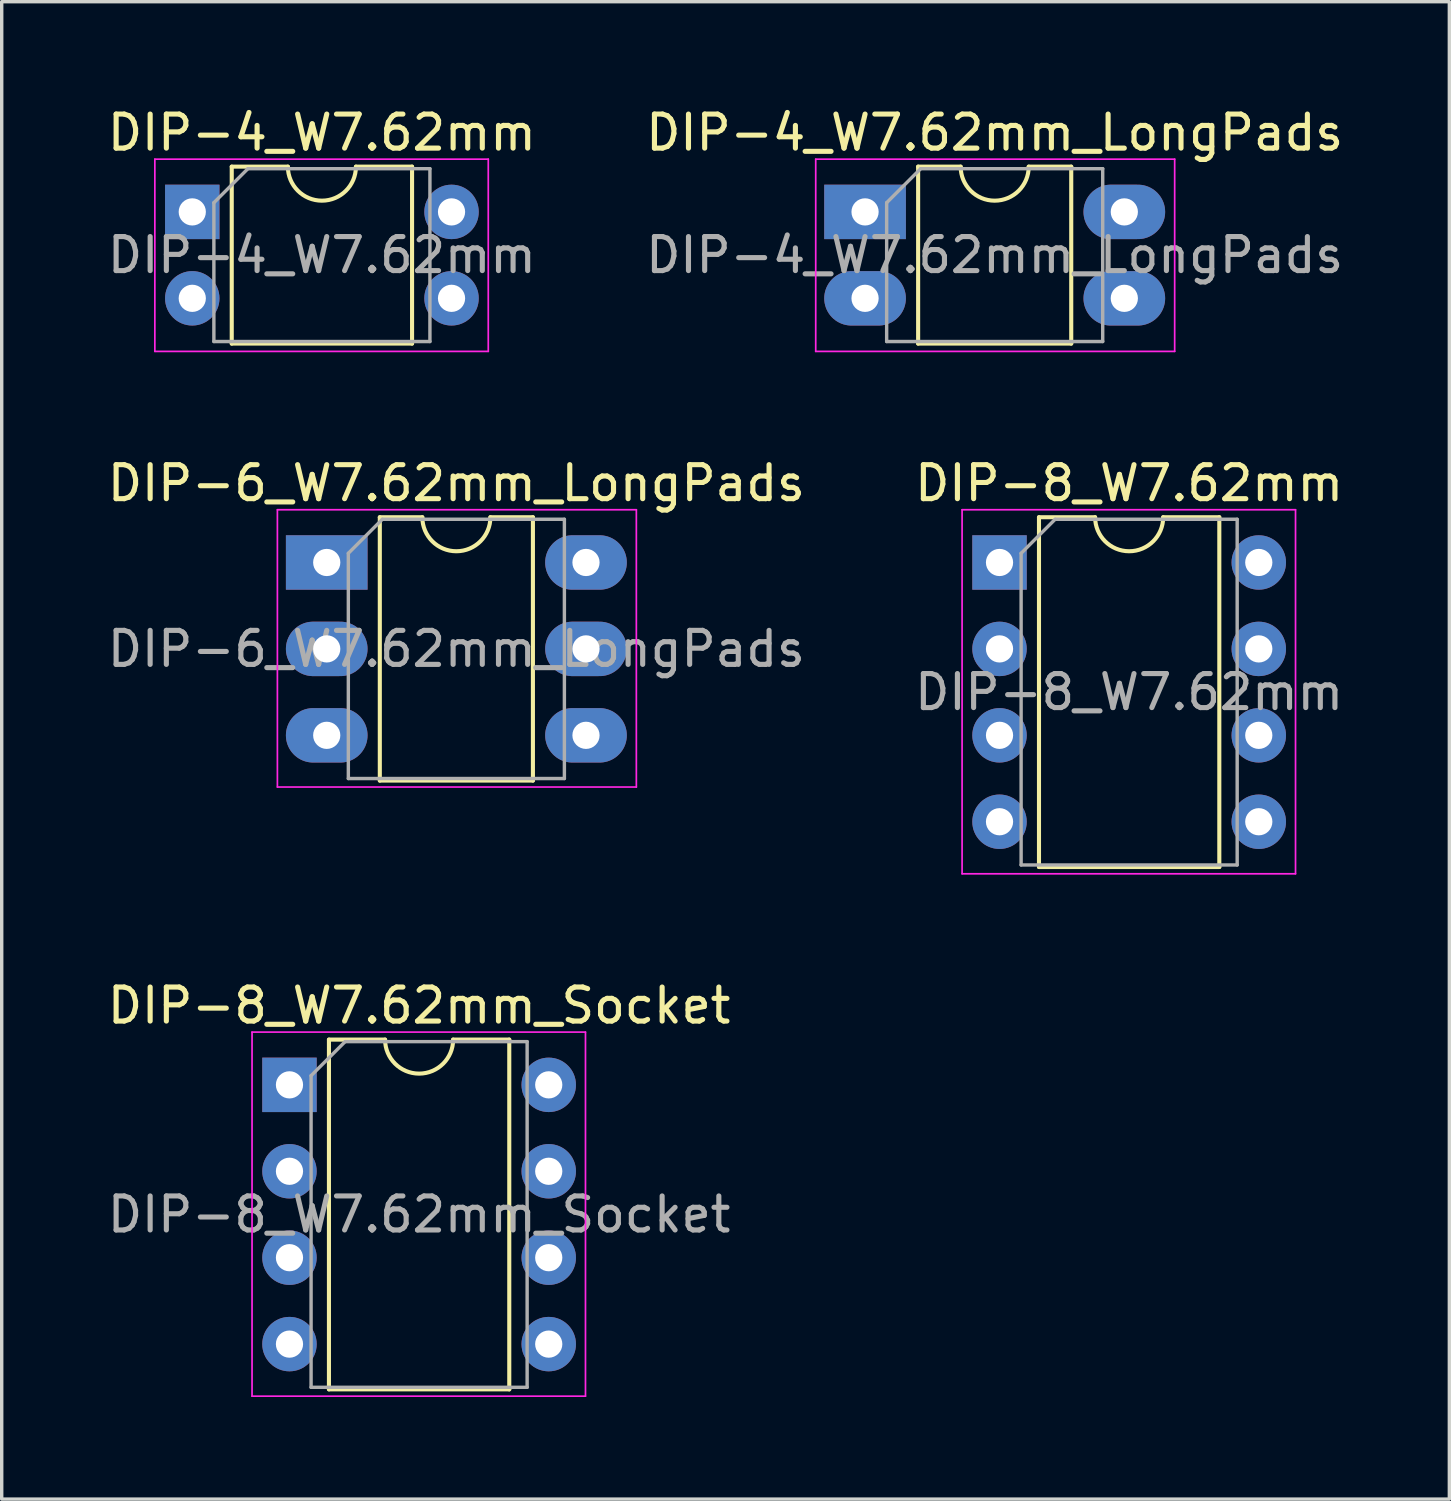
<source format=kicad_pcb>
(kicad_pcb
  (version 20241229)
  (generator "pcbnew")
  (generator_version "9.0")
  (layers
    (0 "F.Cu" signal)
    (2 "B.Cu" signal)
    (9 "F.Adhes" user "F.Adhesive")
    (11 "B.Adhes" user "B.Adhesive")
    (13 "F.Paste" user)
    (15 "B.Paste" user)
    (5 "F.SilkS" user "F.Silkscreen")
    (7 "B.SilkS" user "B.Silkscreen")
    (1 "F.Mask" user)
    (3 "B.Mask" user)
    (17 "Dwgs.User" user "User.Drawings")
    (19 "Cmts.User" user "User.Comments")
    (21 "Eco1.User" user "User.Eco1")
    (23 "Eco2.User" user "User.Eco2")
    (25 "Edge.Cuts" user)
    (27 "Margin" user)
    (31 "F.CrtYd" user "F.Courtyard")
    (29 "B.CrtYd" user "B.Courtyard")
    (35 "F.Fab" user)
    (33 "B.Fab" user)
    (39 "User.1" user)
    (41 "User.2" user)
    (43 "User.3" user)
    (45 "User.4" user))
  (footprint "DIP-8_W7.62mm"
    (layer "F.Cu")
    (at 26.327 13.482)
    (property "Reference" "DIP-8_W7.62mm" (at 3.81 -2.33 0) (layer "F.SilkS") (effects (font (size 1 1) (thickness 0.15))))
    (attr through_hole)
    (fp_line (start 1.16 -1.33) (end 1.16 8.95) (stroke (width 0.12) (type solid)) (layer "F.SilkS"))
    (fp_line (start 1.16 8.95) (end 6.46 8.95) (stroke (width 0.12) (type solid)) (layer "F.SilkS"))
    (fp_line (start 2.81 -1.33) (end 1.16 -1.33) (stroke (width 0.12) (type solid)) (layer "F.SilkS"))
    (fp_line (start 6.46 -1.33) (end 4.81 -1.33) (stroke (width 0.12) (type solid)) (layer "F.SilkS"))
    (fp_line (start 6.46 8.95) (end 6.46 -1.33) (stroke (width 0.12) (type solid)) (layer "F.SilkS"))
    (fp_arc (start 4.81 -1.33) (mid 3.81 -0.33) (end 2.81 -1.33) (stroke (width 0.12) (type solid)) (layer "F.SilkS"))
    (fp_line (start -1.1 -1.55) (end -1.1 9.15) (stroke (width 0.05) (type solid)) (layer "F.CrtYd"))
    (fp_line (start -1.1 9.15) (end 8.7 9.15) (stroke (width 0.05) (type solid)) (layer "F.CrtYd"))
    (fp_line (start 8.7 -1.55) (end -1.1 -1.55) (stroke (width 0.05) (type solid)) (layer "F.CrtYd"))
    (fp_line (start 8.7 9.15) (end 8.7 -1.55) (stroke (width 0.05) (type solid)) (layer "F.CrtYd"))
    (fp_line (start 0.635 -0.27) (end 1.635 -1.27) (stroke (width 0.1) (type solid)) (layer "F.Fab"))
    (fp_line (start 0.635 8.89) (end 0.635 -0.27) (stroke (width 0.1) (type solid)) (layer "F.Fab"))
    (fp_line (start 1.635 -1.27) (end 6.985 -1.27) (stroke (width 0.1) (type solid)) (layer "F.Fab"))
    (fp_line (start 6.985 -1.27) (end 6.985 8.89) (stroke (width 0.1) (type solid)) (layer "F.Fab"))
    (fp_line (start 6.985 8.89) (end 0.635 8.89) (stroke (width 0.1) (type solid)) (layer "F.Fab"))
    (fp_text user "${REFERENCE}" (at 3.81 3.81 0) (layer "F.Fab") (effects (font (size 1 1) (thickness 0.15))))
    (pad "1" thru_hole rect (at 0 0) (size 1.6 1.6) (drill 0.8) (layers "*.Cu" "*.Mask"))
    (pad "2" thru_hole oval (at 0 2.54) (size 1.6 1.6) (drill 0.8) (layers "*.Cu" "*.Mask"))
    (pad "3" thru_hole oval (at 0 5.08) (size 1.6 1.6) (drill 0.8) (layers "*.Cu" "*.Mask"))
    (pad "4" thru_hole oval (at 0 7.62) (size 1.6 1.6) (drill 0.8) (layers "*.Cu" "*.Mask"))
    (pad "5" thru_hole oval (at 7.62 7.62) (size 1.6 1.6) (drill 0.8) (layers "*.Cu" "*.Mask"))
    (pad "6" thru_hole oval (at 7.62 5.08) (size 1.6 1.6) (drill 0.8) (layers "*.Cu" "*.Mask"))
    (pad "7" thru_hole oval (at 7.62 2.54) (size 1.6 1.6) (drill 0.8) (layers "*.Cu" "*.Mask"))
    (pad "8" thru_hole oval (at 7.62 0) (size 1.6 1.6) (drill 0.8) (layers "*.Cu" "*.Mask")))
  (footprint "DIP-6_W7.62mm_LongPads"
    (layer "F.Cu")
    (at 6.553 13.482)
    (property "Reference" "DIP-6_W7.62mm_LongPads" (at 3.81 -2.33 0) (layer "F.SilkS") (effects (font (size 1 1) (thickness 0.15))))
    (attr through_hole)
    (fp_line (start 1.56 -1.33) (end 1.56 6.41) (stroke (width 0.12) (type solid)) (layer "F.SilkS"))
    (fp_line (start 1.56 6.41) (end 6.06 6.41) (stroke (width 0.12) (type solid)) (layer "F.SilkS"))
    (fp_line (start 2.81 -1.33) (end 1.56 -1.33) (stroke (width 0.12) (type solid)) (layer "F.SilkS"))
    (fp_line (start 6.06 -1.33) (end 4.81 -1.33) (stroke (width 0.12) (type solid)) (layer "F.SilkS"))
    (fp_line (start 6.06 6.41) (end 6.06 -1.33) (stroke (width 0.12) (type solid)) (layer "F.SilkS"))
    (fp_arc (start 4.81 -1.33) (mid 3.81 -0.33) (end 2.81 -1.33) (stroke (width 0.12) (type solid)) (layer "F.SilkS"))
    (fp_line (start -1.45 -1.55) (end -1.45 6.6) (stroke (width 0.05) (type solid)) (layer "F.CrtYd"))
    (fp_line (start -1.45 6.6) (end 9.1 6.6) (stroke (width 0.05) (type solid)) (layer "F.CrtYd"))
    (fp_line (start 9.1 -1.55) (end -1.45 -1.55) (stroke (width 0.05) (type solid)) (layer "F.CrtYd"))
    (fp_line (start 9.1 6.6) (end 9.1 -1.55) (stroke (width 0.05) (type solid)) (layer "F.CrtYd"))
    (fp_line (start 0.635 -0.27) (end 1.635 -1.27) (stroke (width 0.1) (type solid)) (layer "F.Fab"))
    (fp_line (start 0.635 6.35) (end 0.635 -0.27) (stroke (width 0.1) (type solid)) (layer "F.Fab"))
    (fp_line (start 1.635 -1.27) (end 6.985 -1.27) (stroke (width 0.1) (type solid)) (layer "F.Fab"))
    (fp_line (start 6.985 -1.27) (end 6.985 6.35) (stroke (width 0.1) (type solid)) (layer "F.Fab"))
    (fp_line (start 6.985 6.35) (end 0.635 6.35) (stroke (width 0.1) (type solid)) (layer "F.Fab"))
    (fp_text user "${REFERENCE}" (at 3.81 2.54 0) (layer "F.Fab") (effects (font (size 1 1) (thickness 0.15))))
    (pad "1" thru_hole rect (at 0 0) (size 2.4 1.6) (drill 0.8) (layers "*.Cu" "*.Mask"))
    (pad "2" thru_hole oval (at 0 2.54) (size 2.4 1.6) (drill 0.8) (layers "*.Cu" "*.Mask"))
    (pad "3" thru_hole oval (at 0 5.08) (size 2.4 1.6) (drill 0.8) (layers "*.Cu" "*.Mask"))
    (pad "4" thru_hole oval (at 7.62 5.08) (size 2.4 1.6) (drill 0.8) (layers "*.Cu" "*.Mask"))
    (pad "5" thru_hole oval (at 7.62 2.54) (size 2.4 1.6) (drill 0.8) (layers "*.Cu" "*.Mask"))
    (pad "6" thru_hole oval (at 7.62 0) (size 2.4 1.6) (drill 0.8) (layers "*.Cu" "*.Mask")))
  (footprint "DIP-8_W7.62mm_Socket"
    (layer "F.Cu")
    (at 5.458 28.835)
    (property "Reference" "DIP-8_W7.62mm_Socket" (at 3.81 -2.33 0) (layer "F.SilkS") (effects (font (size 1 1) (thickness 0.15))))
    (attr through_hole)
    (fp_line (start 1.16 -1.33) (end 1.16 8.95) (stroke (width 0.12) (type solid)) (layer "F.SilkS"))
    (fp_line (start 1.16 8.95) (end 6.46 8.95) (stroke (width 0.12) (type solid)) (layer "F.SilkS"))
    (fp_line (start 2.81 -1.33) (end 1.16 -1.33) (stroke (width 0.12) (type solid)) (layer "F.SilkS"))
    (fp_line (start 6.46 -1.33) (end 4.81 -1.33) (stroke (width 0.12) (type solid)) (layer "F.SilkS"))
    (fp_line (start 6.46 8.95) (end 6.46 -1.33) (stroke (width 0.12) (type solid)) (layer "F.SilkS"))
    (fp_arc (start 4.81 -1.33) (mid 3.81 -0.33) (end 2.81 -1.33) (stroke (width 0.12) (type solid)) (layer "F.SilkS"))
    (fp_line (start -1.1 -1.55) (end -1.1 9.15) (stroke (width 0.05) (type solid)) (layer "F.CrtYd"))
    (fp_line (start -1.1 9.15) (end 8.7 9.15) (stroke (width 0.05) (type solid)) (layer "F.CrtYd"))
    (fp_line (start 8.7 -1.55) (end -1.1 -1.55) (stroke (width 0.05) (type solid)) (layer "F.CrtYd"))
    (fp_line (start 8.7 9.15) (end 8.7 -1.55) (stroke (width 0.05) (type solid)) (layer "F.CrtYd"))
    (fp_line (start 0.635 -0.27) (end 1.635 -1.27) (stroke (width 0.1) (type solid)) (layer "F.Fab"))
    (fp_line (start 0.635 8.89) (end 0.635 -0.27) (stroke (width 0.1) (type solid)) (layer "F.Fab"))
    (fp_line (start 1.635 -1.27) (end 6.985 -1.27) (stroke (width 0.1) (type solid)) (layer "F.Fab"))
    (fp_line (start 6.985 -1.27) (end 6.985 8.89) (stroke (width 0.1) (type solid)) (layer "F.Fab"))
    (fp_line (start 6.985 8.89) (end 0.635 8.89) (stroke (width 0.1) (type solid)) (layer "F.Fab"))
    (fp_text user "${REFERENCE}" (at 3.81 3.81 0) (layer "F.Fab") (effects (font (size 1 1) (thickness 0.15))))
    (pad "1" thru_hole rect (at 0 0) (size 1.6 1.6) (drill 0.8) (layers "*.Cu" "*.Mask"))
    (pad "2" thru_hole oval (at 0 2.54) (size 1.6 1.6) (drill 0.8) (layers "*.Cu" "*.Mask"))
    (pad "3" thru_hole oval (at 0 5.08) (size 1.6 1.6) (drill 0.8) (layers "*.Cu" "*.Mask"))
    (pad "4" thru_hole oval (at 0 7.62) (size 1.6 1.6) (drill 0.8) (layers "*.Cu" "*.Mask"))
    (pad "5" thru_hole oval (at 7.62 7.62) (size 1.6 1.6) (drill 0.8) (layers "*.Cu" "*.Mask"))
    (pad "6" thru_hole oval (at 7.62 5.08) (size 1.6 1.6) (drill 0.8) (layers "*.Cu" "*.Mask"))
    (pad "7" thru_hole oval (at 7.62 2.54) (size 1.6 1.6) (drill 0.8) (layers "*.Cu" "*.Mask"))
    (pad "8" thru_hole oval (at 7.62 0) (size 1.6 1.6) (drill 0.8) (layers "*.Cu" "*.Mask")))
  (footprint "DIP-4_W7.62mm_LongPads"
    (layer "F.Cu")
    (at 22.375 3.178)
    (property "Reference" "DIP-4_W7.62mm_LongPads" (at 3.81 -2.33 0) (layer "F.SilkS") (effects (font (size 1 1) (thickness 0.15))))
    (attr through_hole)
    (fp_line (start 1.56 -1.33) (end 1.56 3.87) (stroke (width 0.12) (type solid)) (layer "F.SilkS"))
    (fp_line (start 1.56 3.87) (end 6.06 3.87) (stroke (width 0.12) (type solid)) (layer "F.SilkS"))
    (fp_line (start 2.81 -1.33) (end 1.56 -1.33) (stroke (width 0.12) (type solid)) (layer "F.SilkS"))
    (fp_line (start 6.06 -1.33) (end 4.81 -1.33) (stroke (width 0.12) (type solid)) (layer "F.SilkS"))
    (fp_line (start 6.06 3.87) (end 6.06 -1.33) (stroke (width 0.12) (type solid)) (layer "F.SilkS"))
    (fp_arc (start 4.81 -1.33) (mid 3.81 -0.33) (end 2.81 -1.33) (stroke (width 0.12) (type solid)) (layer "F.SilkS"))
    (fp_line (start -1.45 -1.55) (end -1.45 4.1) (stroke (width 0.05) (type solid)) (layer "F.CrtYd"))
    (fp_line (start -1.45 4.1) (end 9.1 4.1) (stroke (width 0.05) (type solid)) (layer "F.CrtYd"))
    (fp_line (start 9.1 -1.55) (end -1.45 -1.55) (stroke (width 0.05) (type solid)) (layer "F.CrtYd"))
    (fp_line (start 9.1 4.1) (end 9.1 -1.55) (stroke (width 0.05) (type solid)) (layer "F.CrtYd"))
    (fp_line (start 0.635 -0.27) (end 1.635 -1.27) (stroke (width 0.1) (type solid)) (layer "F.Fab"))
    (fp_line (start 0.635 3.81) (end 0.635 -0.27) (stroke (width 0.1) (type solid)) (layer "F.Fab"))
    (fp_line (start 1.635 -1.27) (end 6.985 -1.27) (stroke (width 0.1) (type solid)) (layer "F.Fab"))
    (fp_line (start 6.985 -1.27) (end 6.985 3.81) (stroke (width 0.1) (type solid)) (layer "F.Fab"))
    (fp_line (start 6.985 3.81) (end 0.635 3.81) (stroke (width 0.1) (type solid)) (layer "F.Fab"))
    (fp_text user "${REFERENCE}" (at 3.81 1.27 0) (layer "F.Fab") (effects (font (size 1 1) (thickness 0.15))))
    (pad "1" thru_hole rect (at 0 0) (size 2.4 1.6) (drill 0.8) (layers "*.Cu" "*.Mask"))
    (pad "2" thru_hole oval (at 0 2.54) (size 2.4 1.6) (drill 0.8) (layers "*.Cu" "*.Mask"))
    (pad "3" thru_hole oval (at 7.62 2.54) (size 2.4 1.6) (drill 0.8) (layers "*.Cu" "*.Mask"))
    (pad "4" thru_hole oval (at 7.62 0) (size 2.4 1.6) (drill 0.8) (layers "*.Cu" "*.Mask")))
  (footprint "DIP-4_W7.62mm"
    (layer "F.Cu")
    (at 2.601 3.178)
    (property "Reference" "DIP-4_W7.62mm" (at 3.81 -2.33 0) (layer "F.SilkS") (effects (font (size 1 1) (thickness 0.15))))
    (attr through_hole)
    (fp_line (start 1.16 -1.33) (end 1.16 3.87) (stroke (width 0.12) (type solid)) (layer "F.SilkS"))
    (fp_line (start 1.16 3.87) (end 6.46 3.87) (stroke (width 0.12) (type solid)) (layer "F.SilkS"))
    (fp_line (start 2.81 -1.33) (end 1.16 -1.33) (stroke (width 0.12) (type solid)) (layer "F.SilkS"))
    (fp_line (start 6.46 -1.33) (end 4.81 -1.33) (stroke (width 0.12) (type solid)) (layer "F.SilkS"))
    (fp_line (start 6.46 3.87) (end 6.46 -1.33) (stroke (width 0.12) (type solid)) (layer "F.SilkS"))
    (fp_arc (start 4.81 -1.33) (mid 3.81 -0.33) (end 2.81 -1.33) (stroke (width 0.12) (type solid)) (layer "F.SilkS"))
    (fp_line (start -1.1 -1.55) (end -1.1 4.1) (stroke (width 0.05) (type solid)) (layer "F.CrtYd"))
    (fp_line (start -1.1 4.1) (end 8.7 4.1) (stroke (width 0.05) (type solid)) (layer "F.CrtYd"))
    (fp_line (start 8.7 -1.55) (end -1.1 -1.55) (stroke (width 0.05) (type solid)) (layer "F.CrtYd"))
    (fp_line (start 8.7 4.1) (end 8.7 -1.55) (stroke (width 0.05) (type solid)) (layer "F.CrtYd"))
    (fp_line (start 0.635 -0.27) (end 1.635 -1.27) (stroke (width 0.1) (type solid)) (layer "F.Fab"))
    (fp_line (start 0.635 3.81) (end 0.635 -0.27) (stroke (width 0.1) (type solid)) (layer "F.Fab"))
    (fp_line (start 1.635 -1.27) (end 6.985 -1.27) (stroke (width 0.1) (type solid)) (layer "F.Fab"))
    (fp_line (start 6.985 -1.27) (end 6.985 3.81) (stroke (width 0.1) (type solid)) (layer "F.Fab"))
    (fp_line (start 6.985 3.81) (end 0.635 3.81) (stroke (width 0.1) (type solid)) (layer "F.Fab"))
    (fp_text user "${REFERENCE}" (at 3.81 1.27 0) (layer "F.Fab") (effects (font (size 1 1) (thickness 0.15))))
    (pad "1" thru_hole rect (at 0 0) (size 1.6 1.6) (drill 0.8) (layers "*.Cu" "*.Mask"))
    (pad "2" thru_hole oval (at 0 2.54) (size 1.6 1.6) (drill 0.8) (layers "*.Cu" "*.Mask"))
    (pad "3" thru_hole oval (at 7.62 2.54) (size 1.6 1.6) (drill 0.8) (layers "*.Cu" "*.Mask"))
    (pad "4" thru_hole oval (at 7.62 0) (size 1.6 1.6) (drill 0.8) (layers "*.Cu" "*.Mask")))
  (gr_rect
    (start -3 -3)
    (end 39.548 41.01)
    (stroke (width 0.1) (type default))
    (fill no)
    (layer "Edge.Cuts")))
</source>
